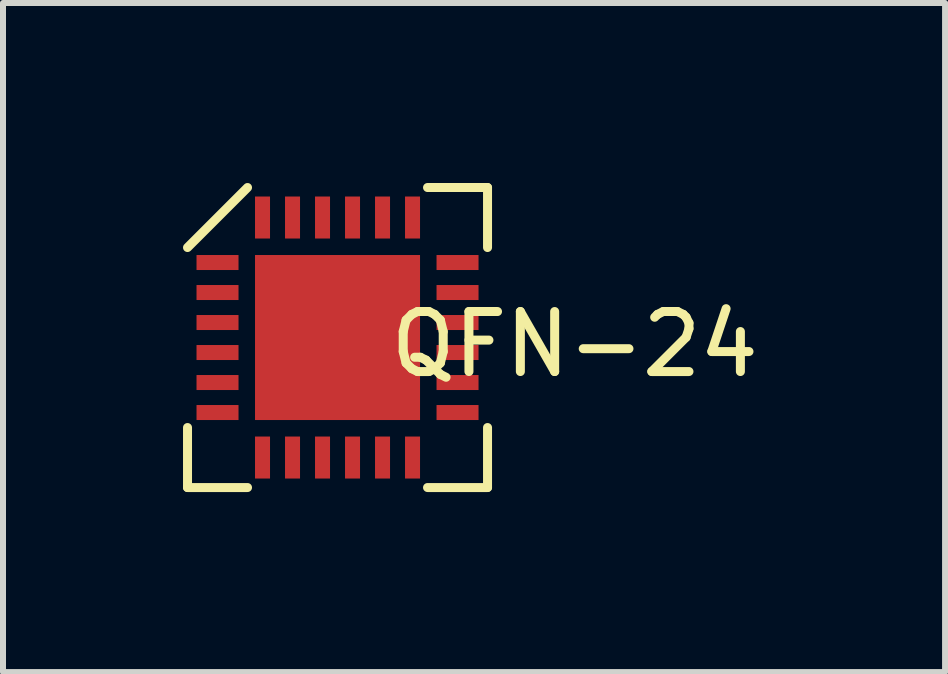
<source format=kicad_pcb>
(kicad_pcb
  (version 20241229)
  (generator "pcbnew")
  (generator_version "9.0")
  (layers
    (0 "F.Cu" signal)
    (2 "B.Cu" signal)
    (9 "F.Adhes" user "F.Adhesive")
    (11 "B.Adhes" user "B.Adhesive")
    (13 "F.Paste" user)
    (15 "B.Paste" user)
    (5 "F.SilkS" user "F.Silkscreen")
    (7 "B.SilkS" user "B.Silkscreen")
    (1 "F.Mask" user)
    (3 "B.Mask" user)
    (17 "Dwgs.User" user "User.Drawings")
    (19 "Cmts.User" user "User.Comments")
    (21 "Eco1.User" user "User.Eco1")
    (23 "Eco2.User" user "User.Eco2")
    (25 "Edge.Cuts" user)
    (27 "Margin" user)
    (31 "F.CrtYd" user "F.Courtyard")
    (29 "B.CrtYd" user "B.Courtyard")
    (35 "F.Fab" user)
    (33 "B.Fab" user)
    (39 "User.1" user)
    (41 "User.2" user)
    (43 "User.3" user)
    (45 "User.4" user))
  (footprint "QFN-24"
    (layer "F.Cu")
    (at 2.575 2.575)
    (property "Reference" "QFN-24" (at 3.952 0.112 0) (layer "F.SilkS") (effects (font (size 1 1) (thickness 0.15))))
    (attr through_hole)
    (fp_line (start -2.5 -1.5) (end -1.5 -2.5) (stroke (width 0.15) (type solid)) (layer "F.SilkS"))
    (fp_line (start -2.5 2.5) (end -2.5 1.5) (stroke (width 0.15) (type solid)) (layer "F.SilkS"))
    (fp_line (start -1.5 2.5) (end -2.5 2.5) (stroke (width 0.15) (type solid)) (layer "F.SilkS"))
    (fp_line (start 1.5 -2.5) (end 2.5 -2.5) (stroke (width 0.15) (type solid)) (layer "F.SilkS"))
    (fp_line (start 2.5 -2.5) (end 2.5 -1.5) (stroke (width 0.15) (type solid)) (layer "F.SilkS"))
    (fp_line (start 2.5 1.5) (end 2.5 2.5) (stroke (width 0.15) (type solid)) (layer "F.SilkS"))
    (fp_line (start 2.5 2.5) (end 1.5 2.5) (stroke (width 0.15) (type solid)) (layer "F.SilkS"))
    (pad "1" smd rect (at -2 -1.25) (size 0.7 0.25) (layers "F.Cu" "F.Mask" "F.Paste"))
    (pad "2" smd rect (at -2 -0.75) (size 0.7 0.25) (layers "F.Cu" "F.Mask" "F.Paste"))
    (pad "3" smd rect (at -2 -0.25) (size 0.7 0.25) (layers "F.Cu" "F.Mask" "F.Paste"))
    (pad "4" smd rect (at -2 0.25) (size 0.7 0.25) (layers "F.Cu" "F.Mask" "F.Paste"))
    (pad "5" smd rect (at -2 0.75) (size 0.7 0.25) (layers "F.Cu" "F.Mask" "F.Paste"))
    (pad "6" smd rect (at -2 1.25) (size 0.7 0.25) (layers "F.Cu" "F.Mask" "F.Paste"))
    (pad "7" smd rect (at -1.25 2 90) (size 0.7 0.25) (layers "F.Cu" "F.Mask" "F.Paste"))
    (pad "8" smd rect (at -0.75 2 90) (size 0.7 0.25) (layers "F.Cu" "F.Mask" "F.Paste"))
    (pad "9" smd rect (at -0.25 2 90) (size 0.7 0.25) (layers "F.Cu" "F.Mask" "F.Paste"))
    (pad "10" smd rect (at 0.25 2 90) (size 0.7 0.25) (layers "F.Cu" "F.Mask" "F.Paste"))
    (pad "11" smd rect (at 0.75 2 90) (size 0.7 0.25) (layers "F.Cu" "F.Mask" "F.Paste"))
    (pad "12" smd rect (at 1.25 2 90) (size 0.7 0.25) (layers "F.Cu" "F.Mask" "F.Paste"))
    (pad "13" smd rect (at 2 1.25) (size 0.7 0.25) (layers "F.Cu" "F.Mask" "F.Paste"))
    (pad "14" smd rect (at 2 0.75) (size 0.7 0.25) (layers "F.Cu" "F.Mask" "F.Paste"))
    (pad "15" smd rect (at 2 0.25) (size 0.7 0.25) (layers "F.Cu" "F.Mask" "F.Paste"))
    (pad "16" smd rect (at 2 -0.25) (size 0.7 0.25) (layers "F.Cu" "F.Mask" "F.Paste"))
    (pad "17" smd rect (at 2 -0.75) (size 0.7 0.25) (layers "F.Cu" "F.Mask" "F.Paste"))
    (pad "18" smd rect (at 2 -1.25) (size 0.7 0.25) (layers "F.Cu" "F.Mask" "F.Paste"))
    (pad "19" smd rect (at 1.25 -2 90) (size 0.7 0.25) (layers "F.Cu" "F.Mask" "F.Paste"))
    (pad "20" smd rect (at 0.75 -2 90) (size 0.7 0.25) (layers "F.Cu" "F.Mask" "F.Paste"))
    (pad "21" smd rect (at 0.25 -2 90) (size 0.7 0.25) (layers "F.Cu" "F.Mask" "F.Paste"))
    (pad "22" smd rect (at -0.25 -2 90) (size 0.7 0.25) (layers "F.Cu" "F.Mask" "F.Paste"))
    (pad "23" smd rect (at -0.75 -2 90) (size 0.7 0.25) (layers "F.Cu" "F.Mask" "F.Paste"))
    (pad "24" smd rect (at -1.25 -2 90) (size 0.7 0.25) (layers "F.Cu" "F.Mask" "F.Paste"))
    (pad "25" smd rect (at 0 0 90) (size 2.75 2.75) (layers "F.Cu" "F.Mask" "F.Paste")))
  (gr_rect
    (start -3 -3)
    (end 12.7 8.15)
    (stroke (width 0.1) (type default))
    (fill no)
    (layer "Edge.Cuts")))
</source>
